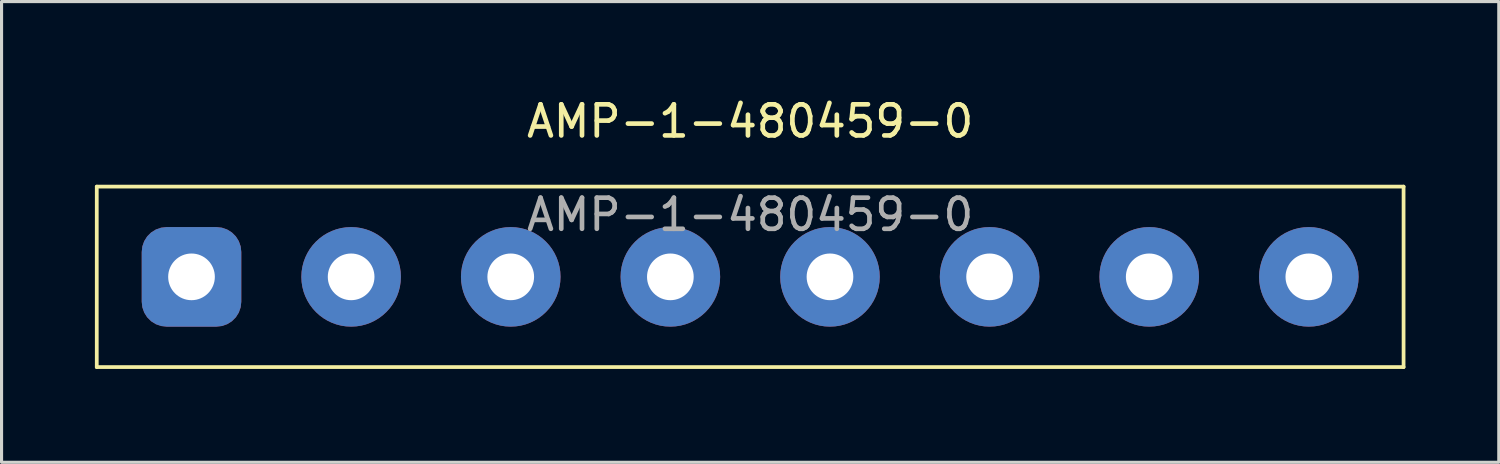
<source format=kicad_pcb>
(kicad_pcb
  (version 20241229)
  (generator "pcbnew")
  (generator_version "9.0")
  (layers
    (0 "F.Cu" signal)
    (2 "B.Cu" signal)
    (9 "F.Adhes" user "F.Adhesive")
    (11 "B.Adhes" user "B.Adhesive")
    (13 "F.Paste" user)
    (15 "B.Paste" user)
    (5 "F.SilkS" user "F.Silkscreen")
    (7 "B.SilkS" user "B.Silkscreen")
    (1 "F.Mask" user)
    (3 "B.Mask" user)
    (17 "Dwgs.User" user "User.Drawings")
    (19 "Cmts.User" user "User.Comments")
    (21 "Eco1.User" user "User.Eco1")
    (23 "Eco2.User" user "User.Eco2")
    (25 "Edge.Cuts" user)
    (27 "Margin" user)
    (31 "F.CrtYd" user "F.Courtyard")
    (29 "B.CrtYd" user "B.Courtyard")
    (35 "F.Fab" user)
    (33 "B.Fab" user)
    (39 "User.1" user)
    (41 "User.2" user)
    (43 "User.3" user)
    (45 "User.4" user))
  (footprint "AMP-1-480459-0"
    (layer "F.Cu")
    (at 21.06 5.848)
    (property "Reference" "AMP-1-480459-0" (at 0 -5 0) (unlocked yes) (layer "F.SilkS") (effects (font (size 1 1) (thickness 0.15))))
    (attr through_hole)
    (fp_line (start -21 -2.9) (end -21 2.9) (stroke (width 0.12) (type solid)) (layer "F.SilkS"))
    (fp_line (start 21 -2.9) (end -21 -2.9) (stroke (width 0.12) (type solid)) (layer "F.SilkS"))
    (fp_line (start 21 -2.9) (end 21 2.9) (stroke (width 0.12) (type solid)) (layer "F.SilkS"))
    (fp_line (start 21 2.9) (end -21 2.9) (stroke (width 0.12) (type solid)) (layer "F.SilkS"))
    (fp_text user "${REFERENCE}" (at 0 -2 0) (unlocked yes) (layer "F.Fab") (effects (font (size 1 1) (thickness 0.15))))
    (pad "1" thru_hole roundrect (at -17.955 0) (size 3.2 3.2) (drill 1.5) (layers "*.Cu" "*.Mask") (roundrect_rratio 0.25))
    (pad "2" thru_hole circle (at -12.825 0) (size 3.2 3.2) (drill 1.5) (layers "*.Cu" "*.Mask"))
    (pad "3" thru_hole circle (at -7.695 0) (size 3.2 3.2) (drill 1.5) (layers "*.Cu" "*.Mask"))
    (pad "4" thru_hole circle (at -2.565 0) (size 3.2 3.2) (drill 1.5) (layers "*.Cu" "*.Mask"))
    (pad "5" thru_hole circle (at 2.565 0) (size 3.2 3.2) (drill 1.5) (layers "*.Cu" "*.Mask"))
    (pad "6" thru_hole circle (at 7.695 0) (size 3.2 3.2) (drill 1.5) (layers "*.Cu" "*.Mask"))
    (pad "7" thru_hole circle (at 12.825 0) (size 3.2 3.2) (drill 1.5) (layers "*.Cu" "*.Mask"))
    (pad "8" thru_hole circle (at 17.955 0) (size 3.2 3.2) (drill 1.5) (layers "*.Cu" "*.Mask")))
  (gr_rect
    (start -3 -3)
    (end 45.12 11.808)
    (stroke (width 0.1) (type default))
    (fill no)
    (layer "Edge.Cuts")))
</source>
